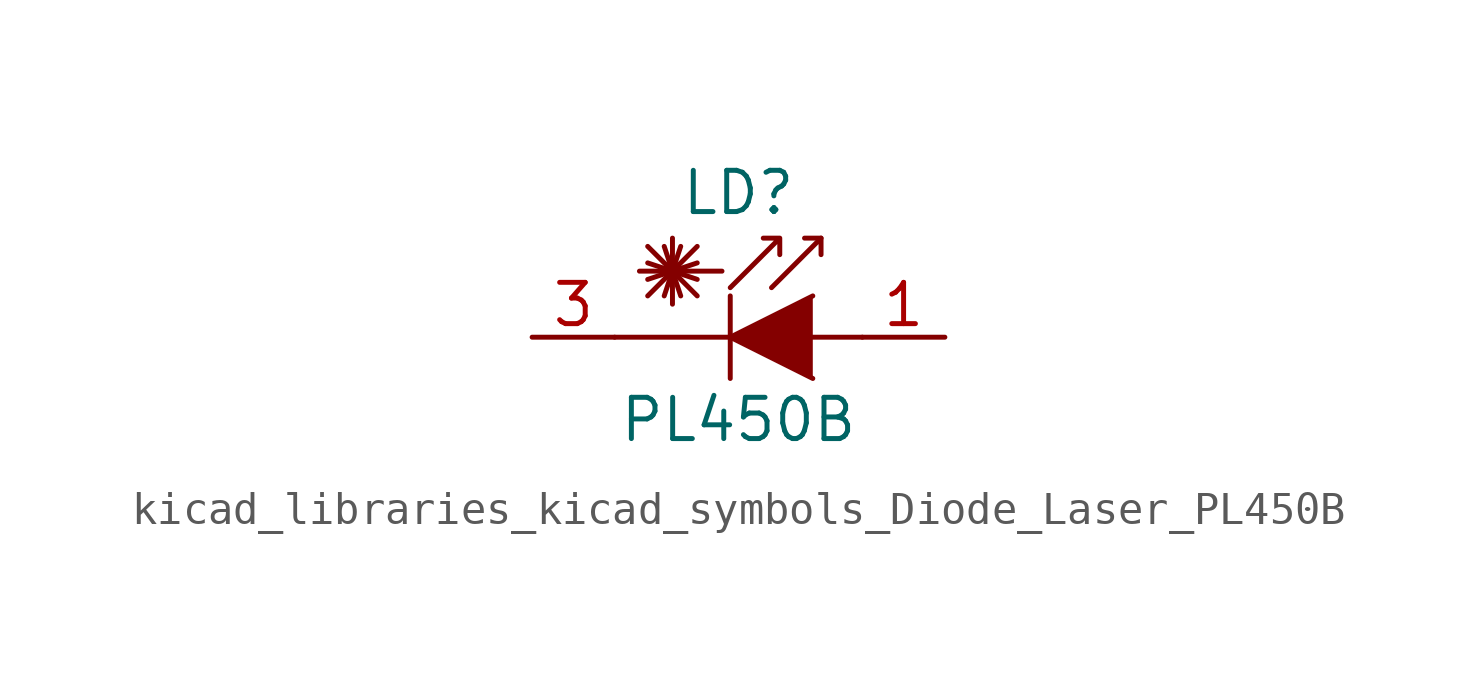
<source format=kicad_sym>
(kicad_symbol_lib
  (version 20220914)
  (generator kicad_symbol_editor)
  (symbol "kicad_libraries_kicad_symbols_Diode_Laser_PL450B"
    (pin_names
      (offset 1.016) hide)
    (property "Reference" "LD"
      (at -1.27 4.445 0)
      (effects (font (size 1.27 1.27))))
    (property "Value" "PL450B"
      (at -1.27 -2.54 0)
      (effects (font (size 1.27 1.27))))
    (symbol "kicad_libraries_kicad_symbols_Diode_Laser_PL450B_0_1"
      (polyline (pts (xy -4.064 1.27) (xy -2.54 2.794)) (stroke (width 0) (type default)) (fill (type none)))
      (polyline (pts (xy -4.064 1.778) (xy -2.54 2.286)) (stroke (width 0) (type default)) (fill (type none)))
      (polyline (pts (xy -4.064 2.286) (xy -2.54 1.778)) (stroke (width 0) (type default)) (fill (type none)))
      (polyline (pts (xy -4.064 2.794) (xy -2.54 1.27)) (stroke (width 0) (type default)) (fill (type none)))
      (polyline (pts (xy -3.556 2.794) (xy -3.048 1.27)) (stroke (width 0) (type default)) (fill (type none)))
      (polyline (pts (xy -3.302 2.032) (xy -3.302 1.016)) (stroke (width 0) (type default)) (fill (type none)))
      (polyline (pts (xy -3.302 2.032) (xy -3.302 3.048)) (stroke (width 0) (type default)) (fill (type none)))
      (polyline (pts (xy -3.048 2.794) (xy -3.556 1.27)) (stroke (width 0) (type default)) (fill (type none)))
      (polyline (pts (xy -1.778 2.032) (xy -4.318 2.032)) (stroke (width 0) (type default)) (fill (type none)))
      (polyline (pts (xy -1.524 1.27) (xy -1.524 -1.27)) (stroke (width 0.152) (type default)) (fill (type none)))
      (polyline (pts (xy 1.27 3.048) (xy 0.762 3.048)) (stroke (width 0) (type default)) (fill (type none)))
      (polyline (pts (xy 2.54 0) (xy -5.08 0)) (stroke (width 0) (type default)) (fill (type none)))
      (polyline (pts (xy -0.254 1.524) (xy 1.27 3.048) (xy 1.27 2.54)) (stroke (width 0) (type default)) (fill (type none)))
      (polyline (pts (xy 1.016 1.27) (xy -1.524 0) (xy 1.016 -1.27)) (stroke (width 0) (type default)) (fill (type outline)))
      (polyline (pts (xy -1.524 1.524) (xy 0 3.048) (xy 0 2.54) (xy 0 3.048) (xy -0.508 3.048)) (stroke (width 0) (type default)) (fill (type none))))
    (symbol "kicad_libraries_kicad_symbols_Diode_Laser_PL450B_1_1"
      (pin passive line (at 5.08 0 180) (length 2.54) (name "A" (effects (font (size 1.27 1.27)))) (number "1" (effects (font (size 1.27 1.27)))))
      (pin no_connect line (at -1.27 0 0) (length 2.54) hide (name "NC" (effects (font (size 1.27 1.27)))) (number "2" (effects (font (size 1.27 1.27)))))
      (pin passive line (at -7.62 0 0) (length 2.54) (name "C" (effects (font (size 1.27 1.27)))) (number "3" (effects (font (size 1.27 1.27))))))))
</source>
